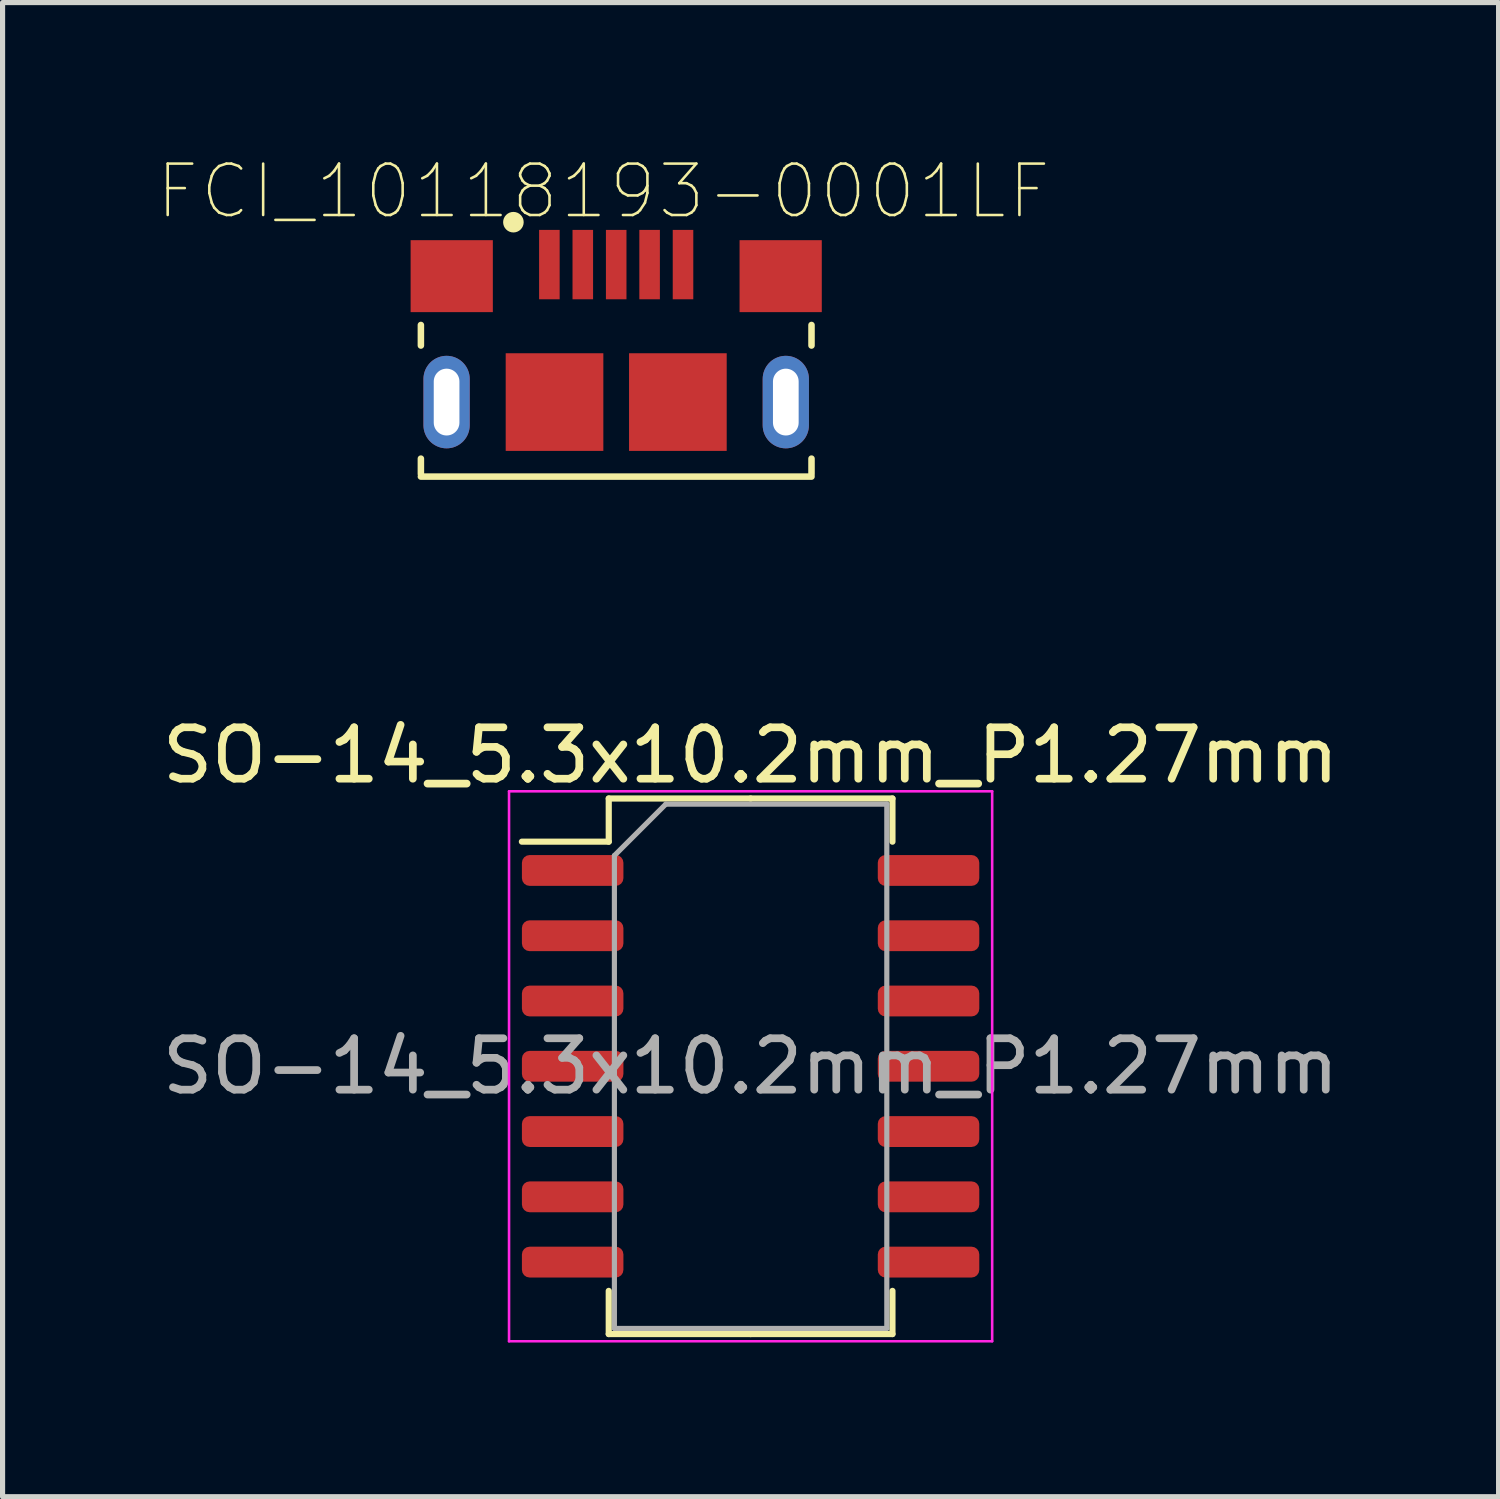
<source format=kicad_pcb>
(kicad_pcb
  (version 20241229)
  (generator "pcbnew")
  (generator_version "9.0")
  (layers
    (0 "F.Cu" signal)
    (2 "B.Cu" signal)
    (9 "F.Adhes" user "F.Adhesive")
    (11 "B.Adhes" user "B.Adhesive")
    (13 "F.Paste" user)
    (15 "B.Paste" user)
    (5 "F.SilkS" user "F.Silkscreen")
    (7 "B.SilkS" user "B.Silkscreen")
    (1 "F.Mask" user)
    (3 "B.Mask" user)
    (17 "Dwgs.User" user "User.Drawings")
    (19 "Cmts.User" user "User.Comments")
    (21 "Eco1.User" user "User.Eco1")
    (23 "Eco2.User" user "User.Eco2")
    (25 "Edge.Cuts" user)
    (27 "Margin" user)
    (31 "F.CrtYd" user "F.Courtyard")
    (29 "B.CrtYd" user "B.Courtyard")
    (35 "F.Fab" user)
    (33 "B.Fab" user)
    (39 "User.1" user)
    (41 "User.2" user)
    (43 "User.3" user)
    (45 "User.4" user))
  (footprint "SO-14_5.3x10.2mm_P1.27mm"
    (layer "F.Cu")
    (at 11.554 17.696)
    (property "Reference" "SO-14_5.3x10.2mm_P1.27mm" (at 0 -6.05 0) (layer "F.SilkS") (effects (font (size 1 1) (thickness 0.15))))
    (attr smd)
    (fp_line (start -2.76 -5.21) (end -2.76 -4.37) (stroke (width 0.12) (type solid)) (layer "F.SilkS"))
    (fp_line (start -2.76 -4.37) (end -4.45 -4.37) (stroke (width 0.12) (type solid)) (layer "F.SilkS"))
    (fp_line (start -2.76 5.21) (end -2.76 4.37) (stroke (width 0.12) (type solid)) (layer "F.SilkS"))
    (fp_line (start 0 -5.21) (end -2.76 -5.21) (stroke (width 0.12) (type solid)) (layer "F.SilkS"))
    (fp_line (start 0 -5.21) (end 2.76 -5.21) (stroke (width 0.12) (type solid)) (layer "F.SilkS"))
    (fp_line (start 0 5.21) (end -2.76 5.21) (stroke (width 0.12) (type solid)) (layer "F.SilkS"))
    (fp_line (start 0 5.21) (end 2.76 5.21) (stroke (width 0.12) (type solid)) (layer "F.SilkS"))
    (fp_line (start 2.76 -5.21) (end 2.76 -4.37) (stroke (width 0.12) (type solid)) (layer "F.SilkS"))
    (fp_line (start 2.76 5.21) (end 2.76 4.37) (stroke (width 0.12) (type solid)) (layer "F.SilkS"))
    (fp_line (start -4.7 -5.35) (end -4.7 5.35) (stroke (width 0.05) (type solid)) (layer "F.CrtYd"))
    (fp_line (start -4.7 5.35) (end 4.7 5.35) (stroke (width 0.05) (type solid)) (layer "F.CrtYd"))
    (fp_line (start 4.7 -5.35) (end -4.7 -5.35) (stroke (width 0.05) (type solid)) (layer "F.CrtYd"))
    (fp_line (start 4.7 5.35) (end 4.7 -5.35) (stroke (width 0.05) (type solid)) (layer "F.CrtYd"))
    (fp_line (start -2.65 -4.1) (end -1.65 -5.1) (stroke (width 0.1) (type solid)) (layer "F.Fab"))
    (fp_line (start -2.65 5.1) (end -2.65 -4.1) (stroke (width 0.1) (type solid)) (layer "F.Fab"))
    (fp_line (start -1.65 -5.1) (end 2.65 -5.1) (stroke (width 0.1) (type solid)) (layer "F.Fab"))
    (fp_line (start 2.65 -5.1) (end 2.65 5.1) (stroke (width 0.1) (type solid)) (layer "F.Fab"))
    (fp_line (start 2.65 5.1) (end -2.65 5.1) (stroke (width 0.1) (type solid)) (layer "F.Fab"))
    (fp_text user "${REFERENCE}" (at 0 0 0) (layer "F.Fab") (effects (font (size 1 1) (thickness 0.15))))
    (pad "1" smd roundrect (at -3.462 -3.81) (size 1.975 0.6) (layers "F.Cu" "F.Mask" "F.Paste") (roundrect_rratio 0.25))
    (pad "2" smd roundrect (at -3.462 -2.54) (size 1.975 0.6) (layers "F.Cu" "F.Mask" "F.Paste") (roundrect_rratio 0.25))
    (pad "3" smd roundrect (at -3.462 -1.27) (size 1.975 0.6) (layers "F.Cu" "F.Mask" "F.Paste") (roundrect_rratio 0.25))
    (pad "4" smd roundrect (at -3.462 0) (size 1.975 0.6) (layers "F.Cu" "F.Mask" "F.Paste") (roundrect_rratio 0.25))
    (pad "5" smd roundrect (at -3.462 1.27) (size 1.975 0.6) (layers "F.Cu" "F.Mask" "F.Paste") (roundrect_rratio 0.25))
    (pad "6" smd roundrect (at -3.462 2.54) (size 1.975 0.6) (layers "F.Cu" "F.Mask" "F.Paste") (roundrect_rratio 0.25))
    (pad "7" smd roundrect (at -3.462 3.81) (size 1.975 0.6) (layers "F.Cu" "F.Mask" "F.Paste") (roundrect_rratio 0.25))
    (pad "8" smd roundrect (at 3.462 3.81) (size 1.975 0.6) (layers "F.Cu" "F.Mask" "F.Paste") (roundrect_rratio 0.25))
    (pad "9" smd roundrect (at 3.462 2.54) (size 1.975 0.6) (layers "F.Cu" "F.Mask" "F.Paste") (roundrect_rratio 0.25))
    (pad "10" smd roundrect (at 3.462 1.27) (size 1.975 0.6) (layers "F.Cu" "F.Mask" "F.Paste") (roundrect_rratio 0.25))
    (pad "11" smd roundrect (at 3.462 0) (size 1.975 0.6) (layers "F.Cu" "F.Mask" "F.Paste") (roundrect_rratio 0.25))
    (pad "12" smd roundrect (at 3.462 -1.27) (size 1.975 0.6) (layers "F.Cu" "F.Mask" "F.Paste") (roundrect_rratio 0.25))
    (pad "13" smd roundrect (at 3.462 -2.54) (size 1.975 0.6) (layers "F.Cu" "F.Mask" "F.Paste") (roundrect_rratio 0.25))
    (pad "14" smd roundrect (at 3.462 -3.81) (size 1.975 0.6) (layers "F.Cu" "F.Mask" "F.Paste") (roundrect_rratio 0.25)))
  (footprint "FCI_10118193-0001LF"
    (layer "F.Cu")
    (at 8.939 4.773)
    (property "Reference" "FCI_10118193-0001LF" (at -0.25 -4.1 0) (layer "F.SilkS") (effects (font (size 1 1) (thickness 0.05))))
    (attr smd)
    (fp_line (start -3.8 -1.5) (end -3.8 -1.1) (stroke (width 0.127) (type solid)) (layer "F.SilkS"))
    (fp_line (start -3.8 1.1) (end -3.8 1.4) (stroke (width 0.127) (type solid)) (layer "F.SilkS"))
    (fp_line (start -3.8 1.45) (end 3.8 1.45) (stroke (width 0.127) (type solid)) (layer "F.SilkS"))
    (fp_line (start 3.8 -1.1) (end 3.8 -1.5) (stroke (width 0.127) (type solid)) (layer "F.SilkS"))
    (fp_line (start 3.8 1.1) (end 3.8 1.4) (stroke (width 0.127) (type solid)) (layer "F.SilkS"))
    (fp_circle (center -2 -3.5) (end -1.9 -3.5) (stroke (width 0.2) (type solid)) (fill no) (layer "F.SilkS"))
    (fp_line (start -4.2 -3.6) (end -4.2 3) (stroke (width 0.05) (type solid)) (layer "Eco1.User"))
    (fp_line (start -4.2 3) (end 4.2 3) (stroke (width 0.05) (type solid)) (layer "Eco1.User"))
    (fp_line (start 4.2 -3.6) (end -4.2 -3.6) (stroke (width 0.05) (type solid)) (layer "Eco1.User"))
    (fp_line (start 4.2 3) (end 4.2 -3.6) (stroke (width 0.05) (type solid)) (layer "Eco1.User"))
    (fp_line (start -3.93 2.5) (end -3.75 2.75) (stroke (width 0.127) (type solid)) (layer "Eco2.User"))
    (fp_line (start -3.8 -2.9) (end 3.8 -2.9) (stroke (width 0.127) (type solid)) (layer "Eco2.User"))
    (fp_line (start -3.8 2.1) (end -3.8 -2.9) (stroke (width 0.127) (type solid)) (layer "Eco2.User"))
    (fp_line (start -3.8 2.15) (end -3.8 2.1) (stroke (width 0.127) (type solid)) (layer "Eco2.User"))
    (fp_line (start -3.2 2.2) (end -3.2 2.75) (stroke (width 0.127) (type solid)) (layer "Eco2.User"))
    (fp_line (start -3.2 2.75) (end 3.2 2.75) (stroke (width 0.127) (type solid)) (layer "Eco2.User"))
    (fp_line (start 3.2 2.75) (end 3.2 2.2) (stroke (width 0.127) (type solid)) (layer "Eco2.User"))
    (fp_line (start 3.8 -2.9) (end 3.8 1.45) (stroke (width 0.127) (type solid)) (layer "Eco2.User"))
    (fp_line (start 3.8 1.45) (end 3.8 2.15) (stroke (width 0.127) (type solid)) (layer "Eco2.User"))
    (fp_line (start 3.8 1.45) (end 6.15 1.45) (stroke (width 0.127) (type solid)) (layer "Eco2.User"))
    (fp_line (start 3.8 2.15) (end -3.8 2.15) (stroke (width 0.127) (type solid)) (layer "Eco2.User"))
    (fp_line (start 3.93 2.5) (end 3.75 2.8) (stroke (width 0.127) (type solid)) (layer "Eco2.User"))
    (fp_arc (start -3.8 2.1) (mid -3.782157 2.326924) (end -3.93 2.5) (stroke (width 0.127) (type solid)) (layer "Eco2.User"))
    (fp_arc (start -3.4 2.2) (mid -3.461091 2.547487) (end -3.75 2.75) (stroke (width 0.127) (type solid)) (layer "Eco2.User"))
    (fp_arc (start 3.75 2.8) (mid 3.450736 2.572487) (end 3.4 2.2) (stroke (width 0.127) (type solid)) (layer "Eco2.User"))
    (fp_arc (start 3.93 2.5) (mid 3.782157 2.326924) (end 3.8 2.1) (stroke (width 0.127) (type solid)) (layer "Eco2.User"))
    (fp_text user "PCB~{END}" (at 4.75 1.3 0) (layer "Eco2.User") (effects (font (size 1 1) (thickness 0.05))))
    (pad "1" smd rect (at -1.3 -2.675) (size 0.4 1.35) (layers "F.Cu" "F.Mask" "F.Paste"))
    (pad "2" smd rect (at -0.65 -2.675) (size 0.4 1.35) (layers "F.Cu" "F.Mask" "F.Paste"))
    (pad "3" smd rect (at 0 -2.675) (size 0.4 1.35) (layers "F.Cu" "F.Mask" "F.Paste"))
    (pad "4" smd rect (at 0.65 -2.675) (size 0.4 1.35) (layers "F.Cu" "F.Mask" "F.Paste"))
    (pad "5" smd rect (at 1.3 -2.675) (size 0.4 1.35) (layers "F.Cu" "F.Mask" "F.Paste"))
    (pad "S1" smd rect (at -3.2 -2.45) (size 1.6 1.4) (layers "F.Cu" "F.Mask" "F.Paste"))
    (pad "S2" smd rect (at 3.2 -2.45) (size 1.6 1.4) (layers "F.Cu" "F.Mask" "F.Paste"))
    (pad "S3" smd rect (at 1.2 0) (size 1.9 1.9) (layers "F.Cu" "F.Mask" "F.Paste"))
    (pad "S4" smd rect (at -1.2 0) (size 1.9 1.9) (layers "F.Cu" "F.Mask" "F.Paste"))
    (pad "S5" thru_hole oval (at -3.3 0 90) (size 1.8 0.9) (drill oval 1.3 0.5) (layers "*.Cu" "*.Mask"))
    (pad "S6" thru_hole oval (at 3.3 0 90) (size 1.8 0.9) (drill oval 1.3 0.5) (layers "*.Cu" "*.Mask")))
  (gr_rect
    (start -3 -3)
    (end 26.107 26.071)
    (stroke (width 0.1) (type default))
    (fill no)
    (layer "Edge.Cuts")))
</source>
